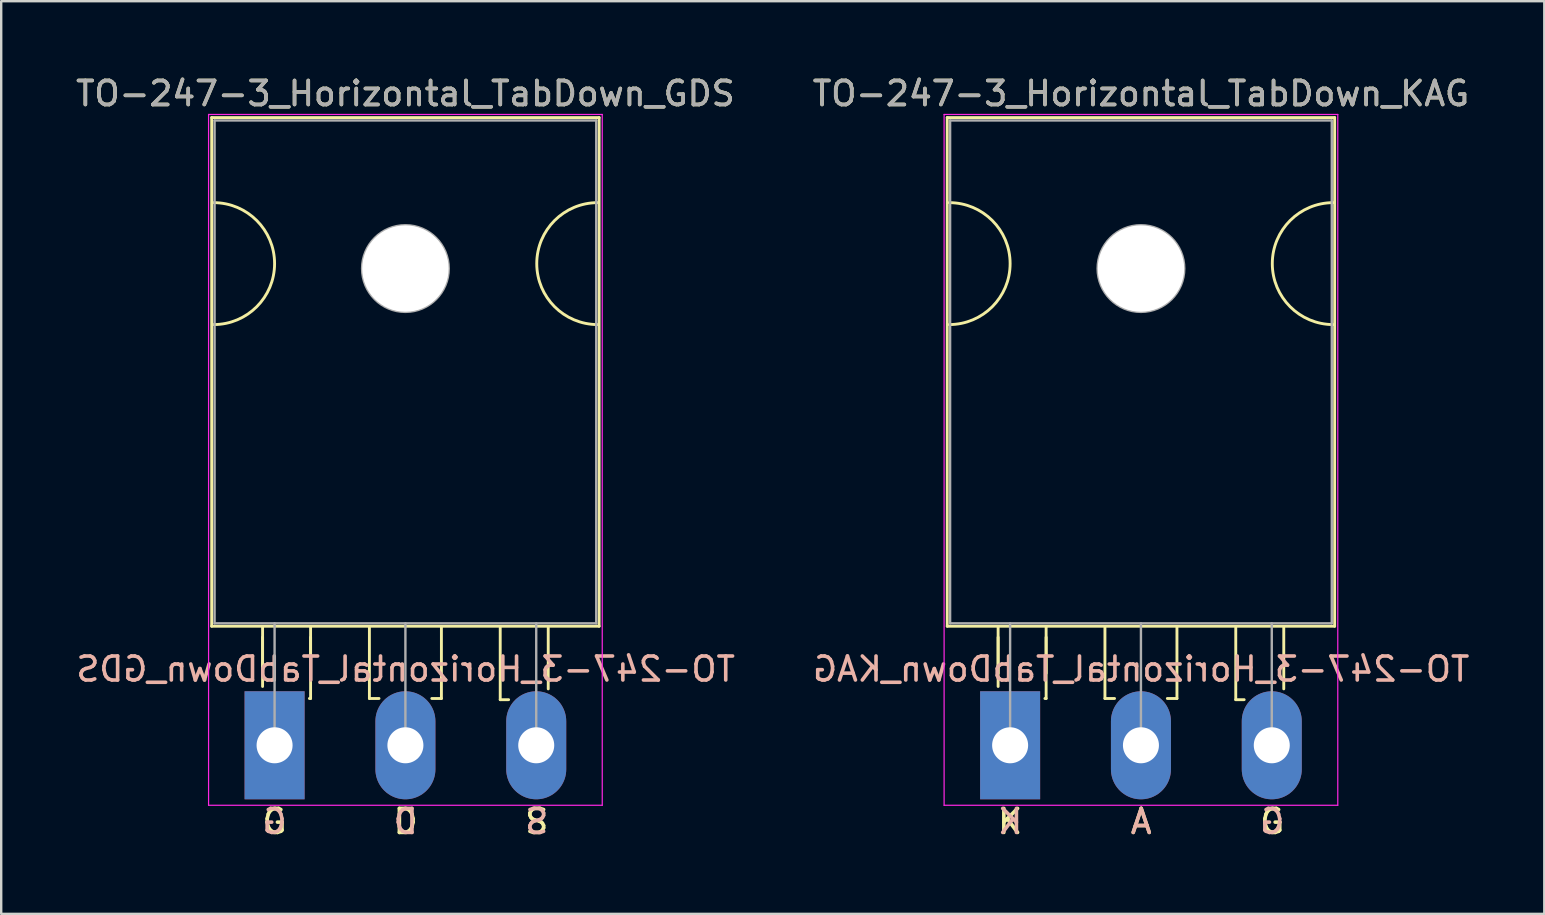
<source format=kicad_pcb>
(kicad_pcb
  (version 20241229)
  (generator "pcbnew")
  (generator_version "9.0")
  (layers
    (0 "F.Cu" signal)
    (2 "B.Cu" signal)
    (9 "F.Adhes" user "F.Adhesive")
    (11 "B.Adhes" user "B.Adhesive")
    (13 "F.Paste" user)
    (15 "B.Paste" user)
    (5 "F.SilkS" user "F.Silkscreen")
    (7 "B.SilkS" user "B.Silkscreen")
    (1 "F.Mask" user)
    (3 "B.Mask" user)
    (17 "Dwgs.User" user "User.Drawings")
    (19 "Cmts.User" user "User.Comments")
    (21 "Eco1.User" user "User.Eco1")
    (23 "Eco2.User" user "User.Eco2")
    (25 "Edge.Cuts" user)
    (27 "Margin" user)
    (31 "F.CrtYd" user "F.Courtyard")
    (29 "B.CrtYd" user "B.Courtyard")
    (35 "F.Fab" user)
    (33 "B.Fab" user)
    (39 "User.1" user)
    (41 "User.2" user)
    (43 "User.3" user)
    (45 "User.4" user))
  (footprint "TO-247-3_Horizontal_TabDown_GDS"
    (layer "F.Cu")
    (at 8.389 27.998)
    (property "Reference" "TO-247-3_Horizontal_TabDown_GDS" (at 5.45 -27.15 0) (layer "F.SilkS") (effects (font (size 1 1) (thickness 0.15))))
    (fp_line (start -2.62 -26.15) (end -2.62 -4.96) (stroke (width 0.12) (type solid)) (layer "F.SilkS"))
    (fp_line (start -2.62 -26.15) (end 13.52 -26.15) (stroke (width 0.12) (type solid)) (layer "F.SilkS"))
    (fp_line (start -2.62 -4.96) (end 13.52 -4.96) (stroke (width 0.12) (type solid)) (layer "F.SilkS"))
    (fp_line (start -0.5 -4.95) (end -0.5 -2.45) (stroke (width 0.12) (type solid)) (layer "F.SilkS"))
    (fp_line (start -0.5 -4.5) (end -0.5 -3) (stroke (width 0.12) (type solid)) (layer "F.SilkS"))
    (fp_line (start 1.5 -4.95) (end 1.5 -1.95) (stroke (width 0.12) (type solid)) (layer "F.SilkS"))
    (fp_line (start 1.5 -4.5) (end 1.5 -3) (stroke (width 0.12) (type solid)) (layer "F.SilkS"))
    (fp_line (start 1.5 -1.95) (end 1.45 -1.95) (stroke (width 0.12) (type solid)) (layer "F.SilkS"))
    (fp_line (start 3.95 -4.9) (end 3.95 -1.95) (stroke (width 0.12) (type solid)) (layer "F.SilkS"))
    (fp_line (start 3.95 -1.95) (end 4.35 -1.95) (stroke (width 0.12) (type solid)) (layer "F.SilkS"))
    (fp_line (start 6.95 -4.95) (end 6.95 -1.95) (stroke (width 0.12) (type solid)) (layer "F.SilkS"))
    (fp_line (start 6.95 -1.95) (end 6.55 -1.95) (stroke (width 0.12) (type solid)) (layer "F.SilkS"))
    (fp_line (start 9.4 -4.9) (end 9.4 -1.9) (stroke (width 0.12) (type solid)) (layer "F.SilkS"))
    (fp_line (start 9.4 -1.9) (end 9.75 -1.9) (stroke (width 0.12) (type solid)) (layer "F.SilkS"))
    (fp_line (start 11.4 -4.9) (end 11.4 -2.35) (stroke (width 0.12) (type solid)) (layer "F.SilkS"))
    (fp_line (start 13.52 -26.15) (end 13.52 -4.96) (stroke (width 0.12) (type solid)) (layer "F.SilkS"))
    (fp_arc (start -2.54 -22.606) (mid 0 -20.066) (end -2.54 -17.526) (stroke (width 0.12) (type solid)) (layer "F.SilkS"))
    (fp_arc (start 13.462 -17.526) (mid 10.922 -20.066) (end 13.462 -22.606) (stroke (width 0.12) (type solid)) (layer "F.SilkS"))
    (fp_line (start -2.75 -26.28) (end -2.75 2.5) (stroke (width 0.05) (type solid)) (layer "F.CrtYd"))
    (fp_line (start -2.75 2.5) (end 13.65 2.5) (stroke (width 0.05) (type solid)) (layer "F.CrtYd"))
    (fp_line (start 13.65 -26.28) (end -2.75 -26.28) (stroke (width 0.05) (type solid)) (layer "F.CrtYd"))
    (fp_line (start 13.65 2.5) (end 13.65 -26.28) (stroke (width 0.05) (type solid)) (layer "F.CrtYd"))
    (fp_line (start -2.5 -26.03) (end 13.4 -26.03) (stroke (width 0.1) (type solid)) (layer "F.Fab"))
    (fp_line (start -2.5 -5.08) (end -2.5 -26.03) (stroke (width 0.1) (type solid)) (layer "F.Fab"))
    (fp_line (start 0 -5.08) (end 0 0) (stroke (width 0.1) (type solid)) (layer "F.Fab"))
    (fp_line (start 5.45 -5.08) (end 5.45 0) (stroke (width 0.1) (type solid)) (layer "F.Fab"))
    (fp_line (start 10.9 -5.08) (end 10.9 0) (stroke (width 0.1) (type solid)) (layer "F.Fab"))
    (fp_line (start 13.4 -26.03) (end 13.4 -5.08) (stroke (width 0.1) (type solid)) (layer "F.Fab"))
    (fp_line (start 13.4 -5.08) (end -2.5 -5.08) (stroke (width 0.1) (type solid)) (layer "F.Fab"))
    (fp_circle (center 5.45 -19.86) (end 7.255 -19.86) (stroke (width 0.1) (type solid)) (fill no) (layer "F.Fab"))
    (fp_text user "G" (at 0 3.175 0) (unlocked yes) (layer "F.SilkS") (effects (font (size 1 1) (thickness 0.15))))
    (fp_text user "D" (at 5.461 3.175 0) (unlocked yes) (layer "F.SilkS") (effects (font (size 1 1) (thickness 0.15))))
    (fp_text user "S" (at 10.922 3.175 0) (unlocked yes) (layer "F.SilkS") (effects (font (size 1 1) (thickness 0.15))))
    (fp_text user "${REFERENCE}" (at 5.461 -3.175 0) (layer "B.SilkS") (effects (font (size 1 1) (thickness 0.15)) (justify mirror)))
    (fp_text user "G" (at 0 3.175 0) (unlocked yes) (layer "B.SilkS") (effects (font (size 1 1) (thickness 0.15)) (justify mirror)))
    (fp_text user "D" (at 5.461 3.175 0) (unlocked yes) (layer "B.SilkS") (effects (font (size 1 1) (thickness 0.15)) (justify mirror)))
    (fp_text user "S" (at 10.922 3.175 0) (unlocked yes) (layer "B.SilkS") (effects (font (size 1 1) (thickness 0.15)) (justify mirror)))
    (fp_text user "${REFERENCE}" (at 5.45 -27.15 0) (layer "F.Fab") (effects (font (size 1 1) (thickness 0.15))))
    (pad "" np_thru_hole oval (at 5.45 -19.86) (size 3.6 3.6) (drill 3.6) (layers "*.Cu" "*.Mask"))
    (pad "1" thru_hole rect (at 0 0) (size 2.5 4.5) (drill 1.5) (layers "*.Cu" "*.Mask"))
    (pad "2" thru_hole oval (at 5.45 0) (size 2.5 4.5) (drill 1.5) (layers "*.Cu" "*.Mask"))
    (pad "3" thru_hole oval (at 10.9 0) (size 2.5 4.5) (drill 1.5) (layers "*.Cu" "*.Mask")))
  (footprint "TO-247-3_Horizontal_TabDown_KAG"
    (layer "F.Cu")
    (at 39.031 27.998)
    (property "Reference" "TO-247-3_Horizontal_TabDown_KAG" (at 5.45 -27.15 0) (layer "F.SilkS") (effects (font (size 1 1) (thickness 0.15))))
    (fp_line (start -2.62 -26.15) (end -2.62 -4.96) (stroke (width 0.12) (type solid)) (layer "F.SilkS"))
    (fp_line (start -2.62 -26.15) (end 13.52 -26.15) (stroke (width 0.12) (type solid)) (layer "F.SilkS"))
    (fp_line (start -2.62 -4.96) (end 13.52 -4.96) (stroke (width 0.12) (type solid)) (layer "F.SilkS"))
    (fp_line (start -0.5 -4.95) (end -0.5 -2.45) (stroke (width 0.12) (type solid)) (layer "F.SilkS"))
    (fp_line (start -0.5 -4.5) (end -0.5 -3) (stroke (width 0.12) (type solid)) (layer "F.SilkS"))
    (fp_line (start 1.5 -4.95) (end 1.5 -1.95) (stroke (width 0.12) (type solid)) (layer "F.SilkS"))
    (fp_line (start 1.5 -4.5) (end 1.5 -3) (stroke (width 0.12) (type solid)) (layer "F.SilkS"))
    (fp_line (start 1.5 -1.95) (end 1.45 -1.95) (stroke (width 0.12) (type solid)) (layer "F.SilkS"))
    (fp_line (start 3.95 -4.9) (end 3.95 -1.95) (stroke (width 0.12) (type solid)) (layer "F.SilkS"))
    (fp_line (start 3.95 -1.95) (end 4.35 -1.95) (stroke (width 0.12) (type solid)) (layer "F.SilkS"))
    (fp_line (start 6.95 -4.95) (end 6.95 -1.95) (stroke (width 0.12) (type solid)) (layer "F.SilkS"))
    (fp_line (start 6.95 -1.95) (end 6.55 -1.95) (stroke (width 0.12) (type solid)) (layer "F.SilkS"))
    (fp_line (start 9.4 -4.9) (end 9.4 -1.9) (stroke (width 0.12) (type solid)) (layer "F.SilkS"))
    (fp_line (start 9.4 -1.9) (end 9.75 -1.9) (stroke (width 0.12) (type solid)) (layer "F.SilkS"))
    (fp_line (start 11.4 -4.9) (end 11.4 -2.35) (stroke (width 0.12) (type solid)) (layer "F.SilkS"))
    (fp_line (start 13.52 -26.15) (end 13.52 -4.96) (stroke (width 0.12) (type solid)) (layer "F.SilkS"))
    (fp_arc (start -2.54 -22.606) (mid 0 -20.066) (end -2.54 -17.526) (stroke (width 0.12) (type solid)) (layer "F.SilkS"))
    (fp_arc (start 13.462 -17.526) (mid 10.922 -20.066) (end 13.462 -22.606) (stroke (width 0.12) (type solid)) (layer "F.SilkS"))
    (fp_line (start -2.75 -26.28) (end -2.75 2.5) (stroke (width 0.05) (type solid)) (layer "F.CrtYd"))
    (fp_line (start -2.75 2.5) (end 13.65 2.5) (stroke (width 0.05) (type solid)) (layer "F.CrtYd"))
    (fp_line (start 13.65 -26.28) (end -2.75 -26.28) (stroke (width 0.05) (type solid)) (layer "F.CrtYd"))
    (fp_line (start 13.65 2.5) (end 13.65 -26.28) (stroke (width 0.05) (type solid)) (layer "F.CrtYd"))
    (fp_line (start -2.5 -26.03) (end 13.4 -26.03) (stroke (width 0.1) (type solid)) (layer "F.Fab"))
    (fp_line (start -2.5 -5.08) (end -2.5 -26.03) (stroke (width 0.1) (type solid)) (layer "F.Fab"))
    (fp_line (start 0 -5.08) (end 0 0) (stroke (width 0.1) (type solid)) (layer "F.Fab"))
    (fp_line (start 5.45 -5.08) (end 5.45 0) (stroke (width 0.1) (type solid)) (layer "F.Fab"))
    (fp_line (start 10.9 -5.08) (end 10.9 0) (stroke (width 0.1) (type solid)) (layer "F.Fab"))
    (fp_line (start 13.4 -26.03) (end 13.4 -5.08) (stroke (width 0.1) (type solid)) (layer "F.Fab"))
    (fp_line (start 13.4 -5.08) (end -2.5 -5.08) (stroke (width 0.1) (type solid)) (layer "F.Fab"))
    (fp_circle (center 5.45 -19.86) (end 7.255 -19.86) (stroke (width 0.1) (type solid)) (fill no) (layer "F.Fab"))
    (fp_text user "K" (at 0 3.175 0) (unlocked yes) (layer "F.SilkS") (effects (font (size 1 1) (thickness 0.15))))
    (fp_text user "G" (at 10.922 3.175 0) (unlocked yes) (layer "F.SilkS") (effects (font (size 1 1) (thickness 0.15))))
    (fp_text user "A" (at 5.461 3.175 0) (unlocked yes) (layer "F.SilkS") (effects (font (size 1 1) (thickness 0.15))))
    (fp_text user "A" (at 5.461 3.175 0) (unlocked yes) (layer "B.SilkS") (effects (font (size 1 1) (thickness 0.15)) (justify mirror)))
    (fp_text user "G" (at 10.922 3.175 0) (unlocked yes) (layer "B.SilkS") (effects (font (size 1 1) (thickness 0.15)) (justify mirror)))
    (fp_text user "K" (at 0 3.175 0) (unlocked yes) (layer "B.SilkS") (effects (font (size 1 1) (thickness 0.15)) (justify mirror)))
    (fp_text user "${REFERENCE}" (at 5.461 -3.175 0) (layer "B.SilkS") (effects (font (size 1 1) (thickness 0.15)) (justify mirror)))
    (fp_text user "${REFERENCE}" (at 5.45 -27.15 0) (layer "F.Fab") (effects (font (size 1 1) (thickness 0.15))))
    (pad "" np_thru_hole oval (at 5.45 -19.86) (size 3.6 3.6) (drill 3.6) (layers "*.Cu" "*.Mask"))
    (pad "1" thru_hole rect (at 0 0) (size 2.5 4.5) (drill 1.5) (layers "*.Cu" "*.Mask"))
    (pad "2" thru_hole oval (at 5.45 0) (size 2.5 4.5) (drill 1.5) (layers "*.Cu" "*.Mask"))
    (pad "3" thru_hole oval (at 10.9 0) (size 2.5 4.5) (drill 1.5) (layers "*.Cu" "*.Mask")))
  (gr_rect
    (start -3 -3)
    (end 61.284 35.022)
    (stroke (width 0.1) (type default))
    (fill no)
    (layer "Edge.Cuts")))
</source>
